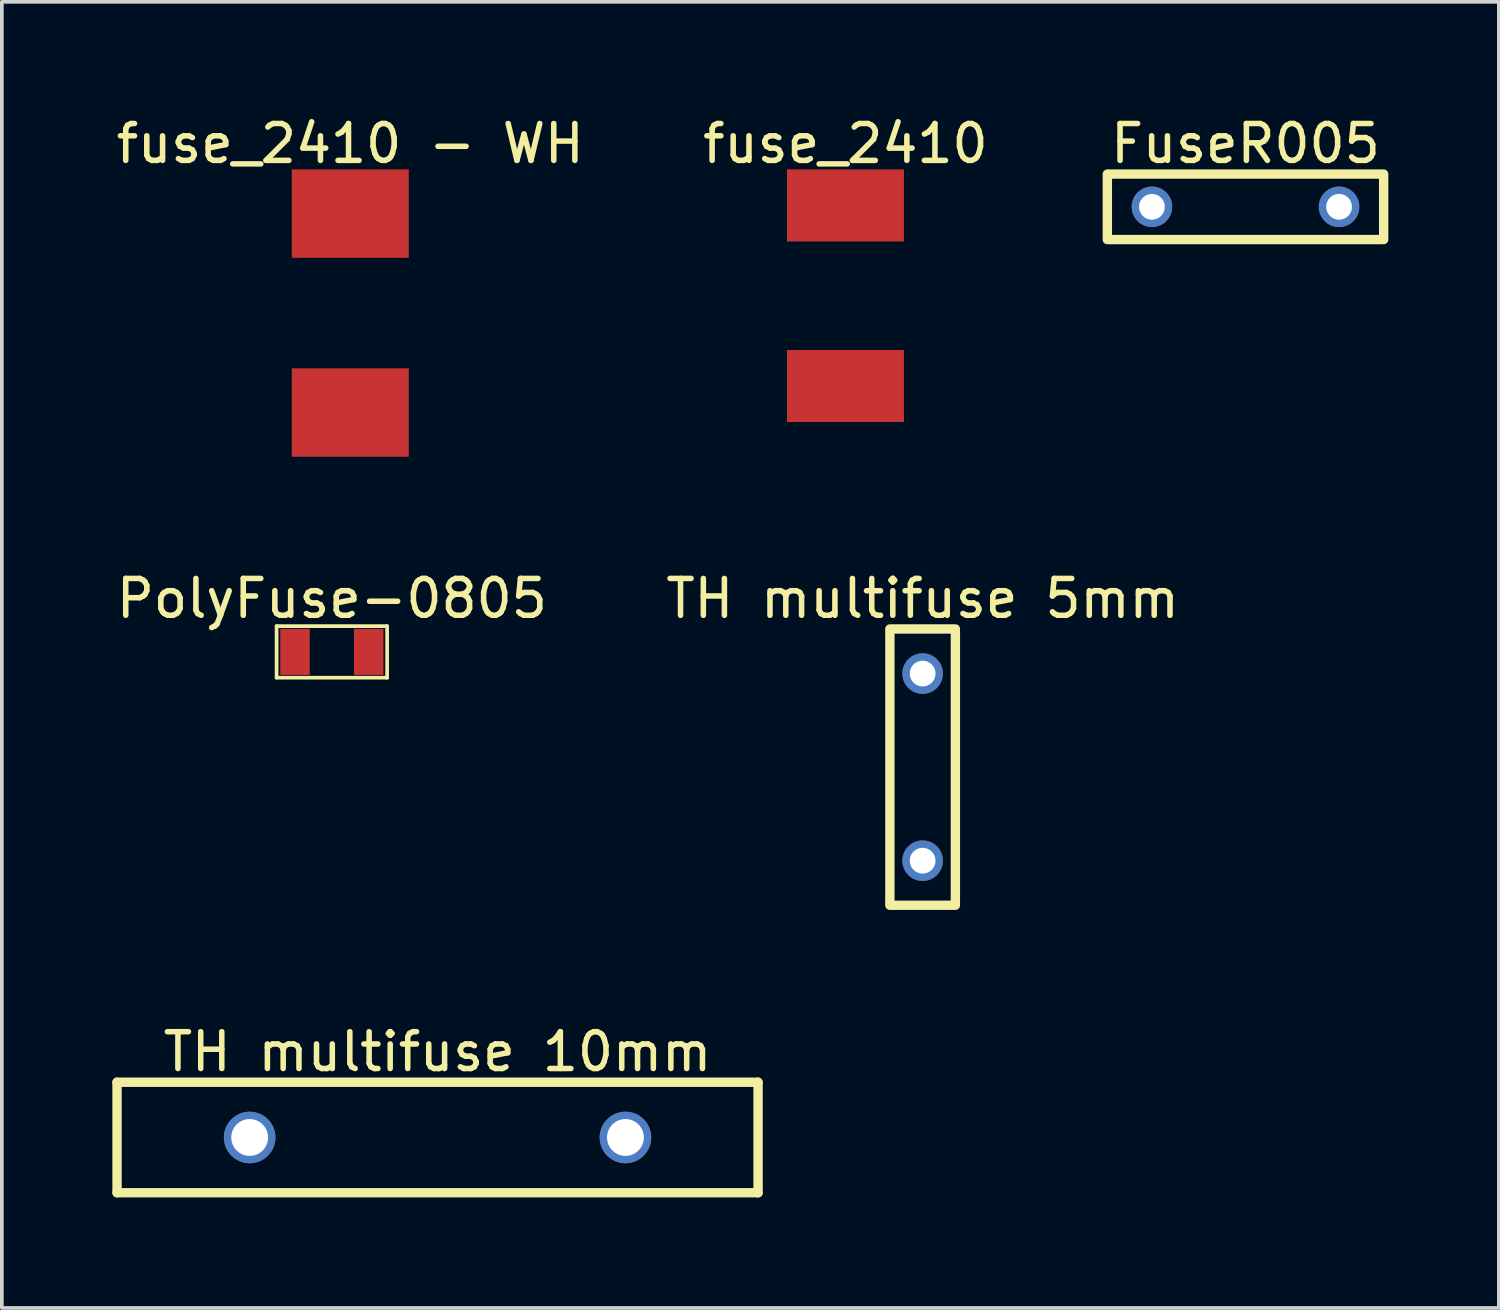
<source format=kicad_pcb>
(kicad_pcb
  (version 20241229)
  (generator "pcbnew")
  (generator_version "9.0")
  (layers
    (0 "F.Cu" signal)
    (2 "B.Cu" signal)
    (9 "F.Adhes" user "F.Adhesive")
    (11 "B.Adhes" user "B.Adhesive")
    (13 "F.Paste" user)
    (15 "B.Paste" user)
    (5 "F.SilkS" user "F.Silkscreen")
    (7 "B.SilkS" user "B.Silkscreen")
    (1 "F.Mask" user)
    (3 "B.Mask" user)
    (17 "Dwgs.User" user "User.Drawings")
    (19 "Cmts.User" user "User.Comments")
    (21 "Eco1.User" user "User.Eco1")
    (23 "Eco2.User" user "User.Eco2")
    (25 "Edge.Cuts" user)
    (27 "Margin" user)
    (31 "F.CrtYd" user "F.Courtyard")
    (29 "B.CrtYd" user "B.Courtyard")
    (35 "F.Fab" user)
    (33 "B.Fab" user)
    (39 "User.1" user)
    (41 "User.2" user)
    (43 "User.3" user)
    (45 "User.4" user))
  (footprint "TH multifuse 5mm"
    (layer "F.Cu")
    (at 21.994 17.773)
    (property "Reference" "TH multifuse 5mm" (at 0 -4.577 0) (layer "F.SilkS") (effects (font (size 1 1) (thickness 0.15))))
    (fp_line (start -0.889 -3.75) (end 0.889 -3.75) (stroke (width 0.254) (type solid)) (layer "F.SilkS"))
    (fp_line (start -0.889 3.683) (end -0.889 -3.683) (stroke (width 0.254) (type solid)) (layer "F.SilkS"))
    (fp_line (start -0.889 3.75) (end 0.889 3.75) (stroke (width 0.254) (type solid)) (layer "F.SilkS"))
    (fp_line (start 0.889 3.683) (end 0.889 -3.683) (stroke (width 0.254) (type solid)) (layer "F.SilkS"))
    (pad "1" thru_hole circle (at 0 2.54 90) (size 1.1 1.1) (drill 0.7) (layers "*.Cu" "*.Mask"))
    (pad "2" thru_hole circle (at 0 -2.54 90) (size 1.1 1.1) (drill 0.7) (layers "*.Cu" "*.Mask")))
  (footprint "fuse_2410"
    (layer "F.Cu")
    (at 19.899 4.977)
    (property "Reference" "fuse_2410" (at 0 -4.129 0) (layer "F.SilkS") (effects (font (size 1 1) (thickness 0.15))))
    (pad "1" smd rect (at 0 2.451) (size 3.175 1.956) (layers "F.Cu" "F.Mask" "F.Paste"))
    (pad "2" smd rect (at 0 -2.451) (size 3.175 1.956) (layers "F.Cu" "F.Mask" "F.Paste")))
  (footprint "FuseR005"
    (layer "F.Cu")
    (at 30.758 2.564)
    (property "Reference" "FuseR005" (at 0 -1.716 0) (layer "F.SilkS") (effects (font (size 1 1) (thickness 0.15))))
    (fp_line (start -3.75 0.889) (end -3.75 -0.889) (stroke (width 0.254) (type solid)) (layer "F.SilkS"))
    (fp_line (start -3.683 -0.889) (end 3.683 -0.889) (stroke (width 0.254) (type solid)) (layer "F.SilkS"))
    (fp_line (start -3.683 0.889) (end 3.683 0.889) (stroke (width 0.254) (type solid)) (layer "F.SilkS"))
    (fp_line (start 3.75 0.889) (end 3.75 -0.889) (stroke (width 0.254) (type solid)) (layer "F.SilkS"))
    (pad "1" thru_hole circle (at -2.54 0) (size 1.1 1.1) (drill 0.7) (layers "*.Cu" "*.Mask"))
    (pad "2" thru_hole circle (at 2.54 0) (size 1.1 1.1) (drill 0.7) (layers "*.Cu" "*.Mask")))
  (footprint "TH multifuse 10mm"
    (layer "F.Cu")
    (at 8.827 27.826)
    (property "Reference" "TH multifuse 10mm" (at 0 -2.327 0) (layer "F.SilkS") (effects (font (size 1 1) (thickness 0.15))))
    (fp_line (start -8.7 -1.5) (end 8.7 -1.5) (stroke (width 0.254) (type solid)) (layer "F.SilkS"))
    (fp_line (start -8.7 1.5) (end -8.7 -1.5) (stroke (width 0.254) (type solid)) (layer "F.SilkS"))
    (fp_line (start -8.7 1.5) (end 8.7 1.5) (stroke (width 0.254) (type solid)) (layer "F.SilkS"))
    (fp_line (start 8.7 1.5) (end 8.7 -1.5) (stroke (width 0.254) (type solid)) (layer "F.SilkS"))
    (pad "1" thru_hole circle (at -5.1 0) (size 1.4 1.4) (drill 1) (layers "*.Cu" "*.Mask"))
    (pad "2" thru_hole circle (at 5.1 0) (size 1.4 1.4) (drill 1) (layers "*.Cu" "*.Mask")))
  (footprint "fuse_2410 - WH"
    (layer "F.Cu")
    (at 6.458 5.448)
    (property "Reference" "fuse_2410 - WH" (at 0 -4.6 0) (layer "F.SilkS") (effects (font (size 1 1) (thickness 0.15))))
    (pad "1" smd rect (at 0 2.7) (size 3.175 2.4) (layers "F.Cu" "F.Mask" "F.Paste"))
    (pad "2" smd rect (at 0 -2.7) (size 3.175 2.4) (layers "F.Cu" "F.Mask" "F.Paste")))
  (footprint "PolyFuse-0805"
    (layer "F.Cu")
    (at 5.958 14.646)
    (property "Reference" "PolyFuse-0805" (at 0 -1.45 0) (layer "F.SilkS") (effects (font (size 1 1) (thickness 0.15))))
    (fp_line (start -1.5 -0.7) (end 1.5 -0.7) (stroke (width 0.1) (type solid)) (layer "F.SilkS"))
    (fp_line (start -1.5 0.7) (end -1.5 -0.7) (stroke (width 0.1) (type solid)) (layer "F.SilkS"))
    (fp_line (start -1.5 0.7) (end 1.5 0.7) (stroke (width 0.1) (type solid)) (layer "F.SilkS"))
    (fp_line (start 1.5 0.7) (end 1.5 -0.7) (stroke (width 0.1) (type solid)) (layer "F.SilkS"))
    (pad "1" smd rect (at -1 0 180) (size 0.8 1.25) (layers "F.Cu" "F.Mask" "F.Paste"))
    (pad "2" smd rect (at 1 0 180) (size 0.8 1.25) (layers "F.Cu" "F.Mask" "F.Paste")))
  (gr_rect
    (start -3 -3)
    (end 37.635 32.453)
    (stroke (width 0.1) (type default))
    (fill no)
    (layer "Edge.Cuts")))
</source>
